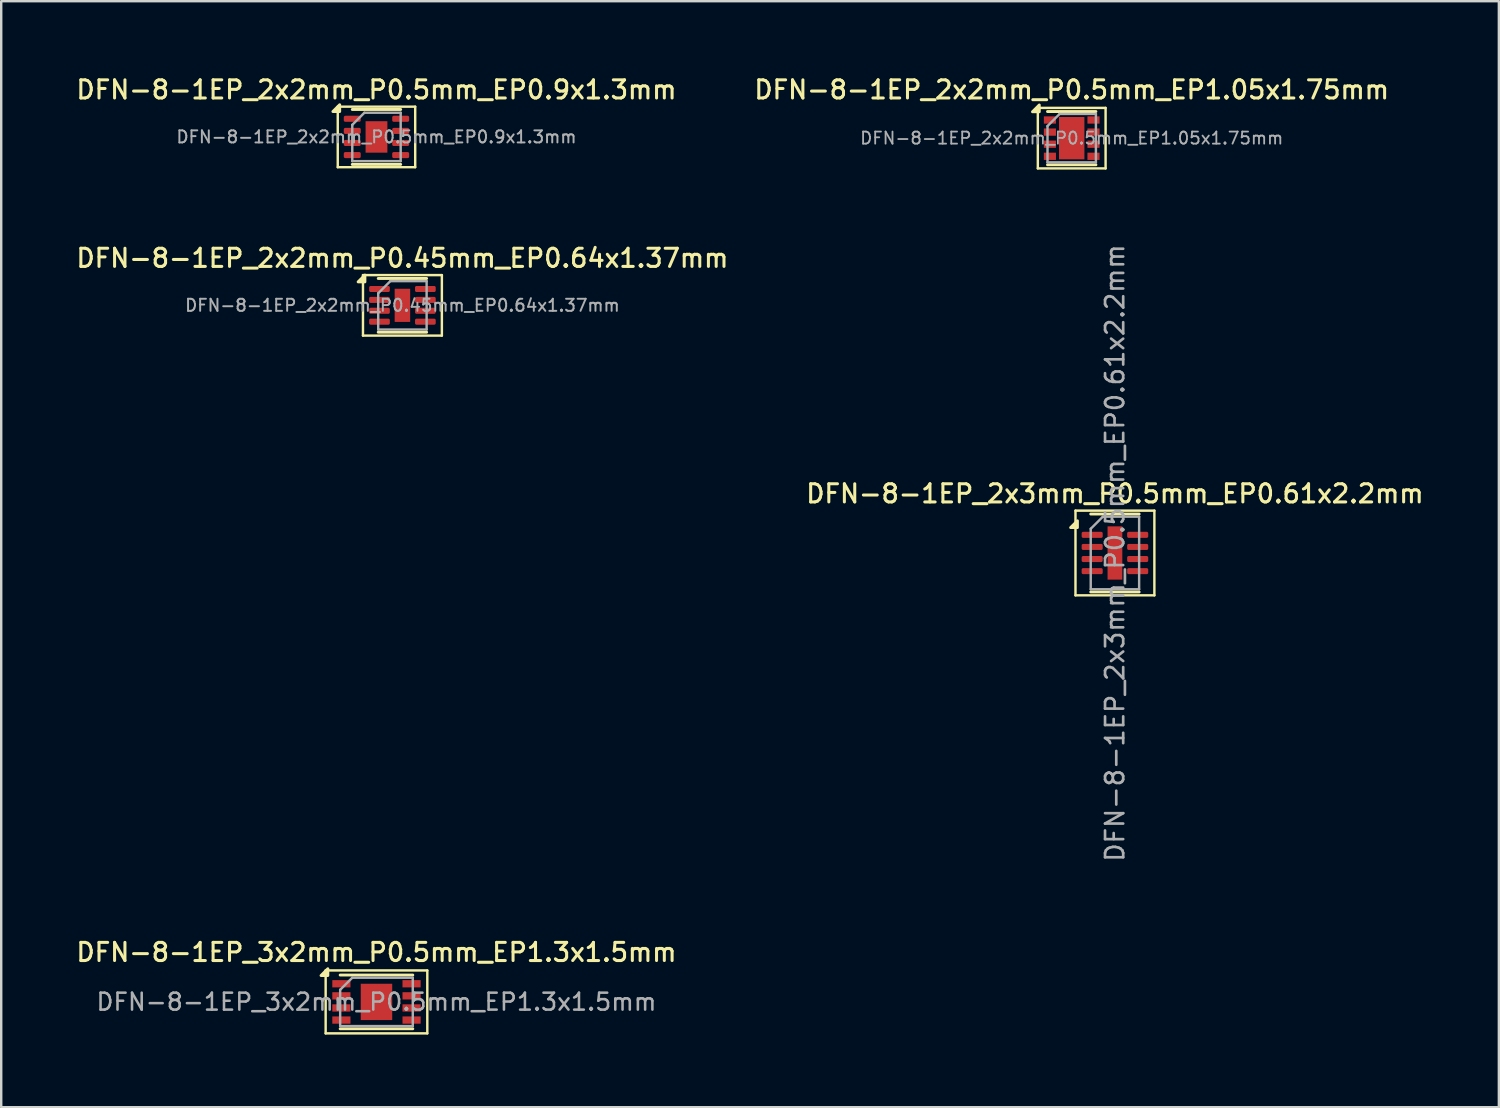
<source format=kicad_pcb>
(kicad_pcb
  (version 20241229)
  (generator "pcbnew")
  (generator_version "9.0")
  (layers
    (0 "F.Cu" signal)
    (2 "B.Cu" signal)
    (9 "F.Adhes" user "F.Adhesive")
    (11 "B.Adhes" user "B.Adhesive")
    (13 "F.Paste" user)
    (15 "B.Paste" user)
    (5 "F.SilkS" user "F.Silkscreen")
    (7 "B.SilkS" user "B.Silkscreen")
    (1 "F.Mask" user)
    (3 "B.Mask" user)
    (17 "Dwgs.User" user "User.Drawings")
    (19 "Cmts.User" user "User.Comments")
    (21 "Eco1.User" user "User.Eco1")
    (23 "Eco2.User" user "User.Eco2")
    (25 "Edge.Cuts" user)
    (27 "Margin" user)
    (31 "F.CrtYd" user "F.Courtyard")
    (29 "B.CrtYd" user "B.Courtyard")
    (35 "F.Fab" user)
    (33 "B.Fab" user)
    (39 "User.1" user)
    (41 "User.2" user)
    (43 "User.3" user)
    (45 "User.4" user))
  (footprint "DFN-8-1EP_3x2mm_P0.5mm_EP1.3x1.5mm"
    (layer "F.Cu")
    (at 12.505 38.346)
    (property "Reference" "DFN-8-1EP_3x2mm_P0.5mm_EP1.3x1.5mm" (at 0 -2.05 0) (layer "F.SilkS") (effects (font (size 0.75 0.75) (thickness 0.125))))
    (attr smd)
    (fp_line (start -2.1 -1.3) (end -2.1 1.3) (stroke (width 0.1) (type solid)) (layer "F.SilkS"))
    (fp_line (start -2.1 -1.3) (end 2.1 -1.3) (stroke (width 0.1) (type solid)) (layer "F.SilkS"))
    (fp_line (start -2.1 1.3) (end 2.1 1.3) (stroke (width 0.1) (type solid)) (layer "F.SilkS"))
    (fp_line (start -1.5 -1.11) (end 1.5 -1.11) (stroke (width 0.12) (type solid)) (layer "F.SilkS"))
    (fp_line (start -1.5 1.11) (end 1.5 1.11) (stroke (width 0.12) (type solid)) (layer "F.SilkS"))
    (fp_line (start 2.1 -1.3) (end 2.1 1.3) (stroke (width 0.1) (type solid)) (layer "F.SilkS"))
    (fp_poly (pts (xy -2.01 -1.09) (xy -2.29 -1.09) (xy -2.01 -1.37) (xy -2.01 -1.09)) (stroke (width 0.12) (type solid)) (fill yes) (layer "F.SilkS"))
    (fp_line (start -1.5 -0.5) (end -1 -1) (stroke (width 0.1) (type solid)) (layer "F.Fab"))
    (fp_line (start -1.5 1) (end -1.5 -0.5) (stroke (width 0.1) (type solid)) (layer "F.Fab"))
    (fp_line (start -1 -1) (end 1.5 -1) (stroke (width 0.1) (type solid)) (layer "F.Fab"))
    (fp_line (start 1.5 -1) (end 1.5 1) (stroke (width 0.1) (type solid)) (layer "F.Fab"))
    (fp_line (start 1.5 1) (end -1.5 1) (stroke (width 0.1) (type solid)) (layer "F.Fab"))
    (fp_text user "${REFERENCE}" (at 0 0 0) (layer "F.Fab") (effects (font (size 0.7 0.7) (thickness 0.105))))
    (pad "" smd rect (at -0.325 -0.375) (size 0.5 0.6) (layers "F.Paste"))
    (pad "" smd rect (at -0.325 0.375) (size 0.5 0.6) (layers "F.Paste"))
    (pad "" smd rect (at 0.325 -0.375) (size 0.5 0.6) (layers "F.Paste"))
    (pad "" smd rect (at 0.325 0.375) (size 0.5 0.6) (layers "F.Paste"))
    (pad "1" smd rect (at -1.45 -0.75) (size 0.75 0.3) (layers "F.Cu" "F.Mask" "F.Paste"))
    (pad "2" smd rect (at -1.45 -0.25) (size 0.75 0.3) (layers "F.Cu" "F.Mask" "F.Paste"))
    (pad "3" smd rect (at -1.45 0.25) (size 0.75 0.3) (layers "F.Cu" "F.Mask" "F.Paste"))
    (pad "4" smd rect (at -1.45 0.75) (size 0.75 0.3) (layers "F.Cu" "F.Mask" "F.Paste"))
    (pad "5" smd rect (at 1.45 0.75) (size 0.75 0.3) (layers "F.Cu" "F.Mask" "F.Paste"))
    (pad "6" smd rect (at 1.45 0.25) (size 0.75 0.3) (layers "F.Cu" "F.Mask" "F.Paste"))
    (pad "7" smd rect (at 1.45 -0.25) (size 0.75 0.3) (layers "F.Cu" "F.Mask" "F.Paste"))
    (pad "8" smd rect (at 1.45 -0.75) (size 0.75 0.3) (layers "F.Cu" "F.Mask" "F.Paste"))
    (pad "9" smd rect (at 0 0) (size 1.3 1.5) (layers "F.Cu" "F.Mask")))
  (footprint "DFN-8-1EP_2x3mm_P0.5mm_EP0.61x2.2mm"
    (layer "F.Cu")
    (at 43.016 19.798)
    (property "Reference" "DFN-8-1EP_2x3mm_P0.5mm_EP0.61x2.2mm" (at 0 -2.45 0) (layer "F.SilkS") (effects (font (size 0.75 0.75) (thickness 0.125))))
    (attr smd)
    (fp_line (start -1.63 -1.75) (end -1.63 1.75) (stroke (width 0.1) (type solid)) (layer "F.SilkS"))
    (fp_line (start -1.63 1.75) (end 1.63 1.75) (stroke (width 0.1) (type solid)) (layer "F.SilkS"))
    (fp_line (start -1 -1.61) (end 1 -1.61) (stroke (width 0.12) (type solid)) (layer "F.SilkS"))
    (fp_line (start -1 1.61) (end 1 1.61) (stroke (width 0.12) (type solid)) (layer "F.SilkS"))
    (fp_line (start 1.63 -1.75) (end -1.63 -1.75) (stroke (width 0.1) (type solid)) (layer "F.SilkS"))
    (fp_line (start 1.63 1.75) (end 1.63 -1.75) (stroke (width 0.1) (type solid)) (layer "F.SilkS"))
    (fp_poly (pts (xy -1.55 -1.05) (xy -1.83 -1.05) (xy -1.55 -1.33) (xy -1.55 -1.05)) (stroke (width 0.12) (type solid)) (fill yes) (layer "F.SilkS"))
    (fp_line (start -1 -1) (end -0.5 -1.5) (stroke (width 0.1) (type solid)) (layer "F.Fab"))
    (fp_line (start -1 1.5) (end -1 -1) (stroke (width 0.1) (type solid)) (layer "F.Fab"))
    (fp_line (start -0.5 -1.5) (end 1 -1.5) (stroke (width 0.1) (type solid)) (layer "F.Fab"))
    (fp_line (start 1 -1.5) (end 1 1.5) (stroke (width 0.1) (type solid)) (layer "F.Fab"))
    (fp_line (start 1 1.5) (end -1 1.5) (stroke (width 0.1) (type solid)) (layer "F.Fab"))
    (fp_text user "${REFERENCE}" (at 0 0 90) (layer "F.Fab") (effects (font (size 0.75 0.75) (thickness 0.11))))
    (pad "" smd roundrect (at 0 -0.55) (size 0.49 0.89) (layers "F.Paste") (roundrect_rratio 0.25))
    (pad "" smd roundrect (at 0 0.55) (size 0.49 0.89) (layers "F.Paste") (roundrect_rratio 0.25))
    (pad "1" smd roundrect (at -0.94 -0.75) (size 0.87 0.25) (layers "F.Cu" "F.Mask" "F.Paste") (roundrect_rratio 0.25))
    (pad "2" smd roundrect (at -0.94 -0.25) (size 0.87 0.25) (layers "F.Cu" "F.Mask" "F.Paste") (roundrect_rratio 0.25))
    (pad "3" smd roundrect (at -0.94 0.25) (size 0.87 0.25) (layers "F.Cu" "F.Mask" "F.Paste") (roundrect_rratio 0.25))
    (pad "4" smd roundrect (at -0.94 0.75) (size 0.87 0.25) (layers "F.Cu" "F.Mask" "F.Paste") (roundrect_rratio 0.25))
    (pad "5" smd roundrect (at 0.94 0.75) (size 0.87 0.25) (layers "F.Cu" "F.Mask" "F.Paste") (roundrect_rratio 0.25))
    (pad "6" smd roundrect (at 0.94 0.25) (size 0.87 0.25) (layers "F.Cu" "F.Mask" "F.Paste") (roundrect_rratio 0.25))
    (pad "7" smd roundrect (at 0.94 -0.25) (size 0.87 0.25) (layers "F.Cu" "F.Mask" "F.Paste") (roundrect_rratio 0.25))
    (pad "8" smd roundrect (at 0.94 -0.75) (size 0.87 0.25) (layers "F.Cu" "F.Mask" "F.Paste") (roundrect_rratio 0.25))
    (pad "9" smd rect (at 0 0) (size 0.61 2.2) (property pad_prop_heatsink) (layers "F.Cu" "F.Mask")))
  (footprint "DFN-8-1EP_2x2mm_P0.45mm_EP0.64x1.37mm"
    (layer "F.Cu")
    (at 13.577 9.566)
    (property "Reference" "DFN-8-1EP_2x2mm_P0.45mm_EP0.64x1.37mm" (at 0 -1.95 0) (layer "F.SilkS") (effects (font (size 0.75 0.75) (thickness 0.125))))
    (attr smd)
    (fp_line (start -1.63 -1.25) (end -1.63 1.25) (stroke (width 0.1) (type solid)) (layer "F.SilkS"))
    (fp_line (start -1.63 1.25) (end 1.63 1.25) (stroke (width 0.1) (type solid)) (layer "F.SilkS"))
    (fp_line (start -1 -1.11) (end 1 -1.11) (stroke (width 0.12) (type solid)) (layer "F.SilkS"))
    (fp_line (start -1 1.11) (end 1 1.11) (stroke (width 0.12) (type solid)) (layer "F.SilkS"))
    (fp_line (start 1.63 -1.25) (end -1.63 -1.25) (stroke (width 0.1) (type solid)) (layer "F.SilkS"))
    (fp_line (start 1.63 1.25) (end 1.63 -1.25) (stroke (width 0.1) (type solid)) (layer "F.SilkS"))
    (fp_poly (pts (xy -1.55 -0.97) (xy -1.83 -0.97) (xy -1.55 -1.25) (xy -1.55 -0.97)) (stroke (width 0.12) (type solid)) (fill yes) (layer "F.SilkS"))
    (fp_line (start -1 -0.5) (end -0.5 -1) (stroke (width 0.1) (type solid)) (layer "F.Fab"))
    (fp_line (start -1 1) (end -1 -0.5) (stroke (width 0.1) (type solid)) (layer "F.Fab"))
    (fp_line (start -0.5 -1) (end 1 -1) (stroke (width 0.1) (type solid)) (layer "F.Fab"))
    (fp_line (start 1 -1) (end 1 1) (stroke (width 0.1) (type solid)) (layer "F.Fab"))
    (fp_line (start 1 1) (end -1 1) (stroke (width 0.1) (type solid)) (layer "F.Fab"))
    (fp_text user "${REFERENCE}" (at 0 0 0) (layer "F.Fab") (effects (font (size 0.5 0.5) (thickness 0.08))))
    (pad "" smd roundrect (at 0 -0.34) (size 0.52 0.55) (layers "F.Paste") (roundrect_rratio 0.25))
    (pad "" smd roundrect (at 0 0.34) (size 0.52 0.55) (layers "F.Paste") (roundrect_rratio 0.25))
    (pad "1" smd roundrect (at -0.948 -0.675) (size 0.855 0.25) (layers "F.Cu" "F.Mask" "F.Paste") (roundrect_rratio 0.25))
    (pad "2" smd roundrect (at -0.948 -0.225) (size 0.855 0.25) (layers "F.Cu" "F.Mask" "F.Paste") (roundrect_rratio 0.25))
    (pad "3" smd roundrect (at -0.948 0.225) (size 0.855 0.25) (layers "F.Cu" "F.Mask" "F.Paste") (roundrect_rratio 0.25))
    (pad "4" smd roundrect (at -0.948 0.675) (size 0.855 0.25) (layers "F.Cu" "F.Mask" "F.Paste") (roundrect_rratio 0.25))
    (pad "5" smd roundrect (at 0.948 0.675) (size 0.855 0.25) (layers "F.Cu" "F.Mask" "F.Paste") (roundrect_rratio 0.25))
    (pad "6" smd roundrect (at 0.948 0.225) (size 0.855 0.25) (layers "F.Cu" "F.Mask" "F.Paste") (roundrect_rratio 0.25))
    (pad "7" smd roundrect (at 0.948 -0.225) (size 0.855 0.25) (layers "F.Cu" "F.Mask" "F.Paste") (roundrect_rratio 0.25))
    (pad "8" smd roundrect (at 0.948 -0.675) (size 0.855 0.25) (layers "F.Cu" "F.Mask" "F.Paste") (roundrect_rratio 0.25))
    (pad "9" smd rect (at 0 0) (size 0.64 1.37) (property pad_prop_heatsink) (layers "F.Cu" "F.Mask")))
  (footprint "DFN-8-1EP_2x2mm_P0.5mm_EP0.9x1.3mm"
    (layer "F.Cu")
    (at 12.505 2.608)
    (property "Reference" "DFN-8-1EP_2x2mm_P0.5mm_EP0.9x1.3mm" (at 0 -1.95 0) (layer "F.SilkS") (effects (font (size 0.75 0.75) (thickness 0.125))))
    (attr smd)
    (fp_line (start -1.6 -1.25) (end -1.6 1.25) (stroke (width 0.1) (type solid)) (layer "F.SilkS"))
    (fp_line (start -1.6 1.25) (end 1.6 1.25) (stroke (width 0.1) (type solid)) (layer "F.SilkS"))
    (fp_line (start -1 -1.135) (end 1 -1.135) (stroke (width 0.12) (type solid)) (layer "F.SilkS"))
    (fp_line (start -1 1.135) (end 1 1.135) (stroke (width 0.12) (type solid)) (layer "F.SilkS"))
    (fp_line (start 1.6 -1.25) (end -1.6 -1.25) (stroke (width 0.1) (type solid)) (layer "F.SilkS"))
    (fp_line (start 1.6 1.25) (end 1.6 -1.25) (stroke (width 0.1) (type solid)) (layer "F.SilkS"))
    (fp_poly (pts (xy -1.52 -1.05) (xy -1.8 -1.05) (xy -1.52 -1.33) (xy -1.52 -1.05)) (stroke (width 0.12) (type solid)) (fill yes) (layer "F.SilkS"))
    (fp_line (start -1 -0.5) (end -0.5 -1) (stroke (width 0.1) (type solid)) (layer "F.Fab"))
    (fp_line (start -1 1) (end -1 -0.5) (stroke (width 0.1) (type solid)) (layer "F.Fab"))
    (fp_line (start -0.5 -1) (end 1 -1) (stroke (width 0.1) (type solid)) (layer "F.Fab"))
    (fp_line (start 1 -1) (end 1 1) (stroke (width 0.1) (type solid)) (layer "F.Fab"))
    (fp_line (start 1 1) (end -1 1) (stroke (width 0.1) (type solid)) (layer "F.Fab"))
    (fp_text user "${REFERENCE}" (at 0 0 0) (layer "F.Fab") (effects (font (size 0.5 0.5) (thickness 0.08))))
    (pad "" smd roundrect (at -0.225 -0.325) (size 0.36 0.52) (layers "F.Paste") (roundrect_rratio 0.25))
    (pad "" smd roundrect (at -0.225 0.325) (size 0.36 0.52) (layers "F.Paste") (roundrect_rratio 0.25))
    (pad "" smd roundrect (at 0.225 -0.325) (size 0.36 0.52) (layers "F.Paste") (roundrect_rratio 0.25))
    (pad "" smd roundrect (at 0.225 0.325) (size 0.36 0.52) (layers "F.Paste") (roundrect_rratio 0.25))
    (pad "1" smd roundrect (at -1 -0.75) (size 0.7 0.25) (layers "F.Cu" "F.Mask" "F.Paste") (roundrect_rratio 0.25))
    (pad "2" smd roundrect (at -1 -0.25) (size 0.7 0.25) (layers "F.Cu" "F.Mask" "F.Paste") (roundrect_rratio 0.25))
    (pad "3" smd roundrect (at -1 0.25) (size 0.7 0.25) (layers "F.Cu" "F.Mask" "F.Paste") (roundrect_rratio 0.25))
    (pad "4" smd roundrect (at -1 0.75) (size 0.7 0.25) (layers "F.Cu" "F.Mask" "F.Paste") (roundrect_rratio 0.25))
    (pad "5" smd roundrect (at 1 0.75) (size 0.7 0.25) (layers "F.Cu" "F.Mask" "F.Paste") (roundrect_rratio 0.25))
    (pad "6" smd roundrect (at 1 0.25) (size 0.7 0.25) (layers "F.Cu" "F.Mask" "F.Paste") (roundrect_rratio 0.25))
    (pad "7" smd roundrect (at 1 -0.25) (size 0.7 0.25) (layers "F.Cu" "F.Mask" "F.Paste") (roundrect_rratio 0.25))
    (pad "8" smd roundrect (at 1 -0.75) (size 0.7 0.25) (layers "F.Cu" "F.Mask" "F.Paste") (roundrect_rratio 0.25))
    (pad "9" smd rect (at 0 0) (size 0.9 1.3) (property pad_prop_heatsink) (layers "F.Cu" "F.Mask")))
  (footprint "DFN-8-1EP_2x2mm_P0.5mm_EP1.05x1.75mm"
    (layer "F.Cu")
    (at 41.23 2.658)
    (property "Reference" "DFN-8-1EP_2x2mm_P0.5mm_EP1.05x1.75mm" (at 0 -2 0) (layer "F.SilkS") (effects (font (size 0.75 0.75) (thickness 0.125))))
    (attr smd)
    (fp_line (start -1.4 -1.25) (end -1.4 1.25) (stroke (width 0.1) (type solid)) (layer "F.SilkS"))
    (fp_line (start -1.4 -1.25) (end 1.4 -1.25) (stroke (width 0.1) (type solid)) (layer "F.SilkS"))
    (fp_line (start -1.4 1.25) (end 1.4 1.25) (stroke (width 0.1) (type solid)) (layer "F.SilkS"))
    (fp_line (start -1 -1.1) (end 1 -1.1) (stroke (width 0.12) (type solid)) (layer "F.SilkS"))
    (fp_line (start -1 1.1) (end 1 1.1) (stroke (width 0.12) (type solid)) (layer "F.SilkS"))
    (fp_line (start 1.4 -1.25) (end 1.4 1.25) (stroke (width 0.1) (type solid)) (layer "F.SilkS"))
    (fp_poly (pts (xy -1.34 -1.09) (xy -1.62 -1.09) (xy -1.34 -1.37) (xy -1.34 -1.09)) (stroke (width 0.12) (type solid)) (fill yes) (layer "F.SilkS"))
    (fp_line (start -1 -0.5) (end -0.5 -1) (stroke (width 0.1) (type solid)) (layer "F.Fab"))
    (fp_line (start -1 1) (end -1 -0.5) (stroke (width 0.1) (type solid)) (layer "F.Fab"))
    (fp_line (start -0.5 -1) (end 1 -1) (stroke (width 0.1) (type solid)) (layer "F.Fab"))
    (fp_line (start 1 -1) (end 1 1) (stroke (width 0.1) (type solid)) (layer "F.Fab"))
    (fp_line (start 1 1) (end -1 1) (stroke (width 0.1) (type solid)) (layer "F.Fab"))
    (fp_text user "${REFERENCE}" (at 0 0 0) (layer "F.Fab") (effects (font (size 0.5 0.5) (thickness 0.075))))
    (pad "" smd rect (at 0 -0.438) (size 0.85 0.65) (layers "F.Paste"))
    (pad "" smd rect (at 0 0.438) (size 0.85 0.65) (layers "F.Paste"))
    (pad "1" smd rect (at -0.9 -0.75) (size 0.5 0.3) (layers "F.Cu" "F.Mask" "F.Paste"))
    (pad "2" smd rect (at -0.9 -0.25) (size 0.5 0.3) (layers "F.Cu" "F.Mask" "F.Paste"))
    (pad "3" smd rect (at -0.9 0.25) (size 0.5 0.3) (layers "F.Cu" "F.Mask" "F.Paste"))
    (pad "4" smd rect (at -0.9 0.75) (size 0.5 0.3) (layers "F.Cu" "F.Mask" "F.Paste"))
    (pad "5" smd rect (at 0.9 0.75) (size 0.5 0.3) (layers "F.Cu" "F.Mask" "F.Paste"))
    (pad "6" smd rect (at 0.9 0.25) (size 0.5 0.3) (layers "F.Cu" "F.Mask" "F.Paste"))
    (pad "7" smd rect (at 0.9 -0.25) (size 0.5 0.3) (layers "F.Cu" "F.Mask" "F.Paste"))
    (pad "8" smd rect (at 0.9 -0.75) (size 0.5 0.3) (layers "F.Cu" "F.Mask" "F.Paste"))
    (pad "9" smd rect (at 0 0) (size 1.05 1.75) (layers "F.Cu" "F.Mask")))
  (gr_rect
    (start -3 -3)
    (end 58.879 42.696)
    (stroke (width 0.1) (type default))
    (fill no)
    (layer "Edge.Cuts")))
</source>
